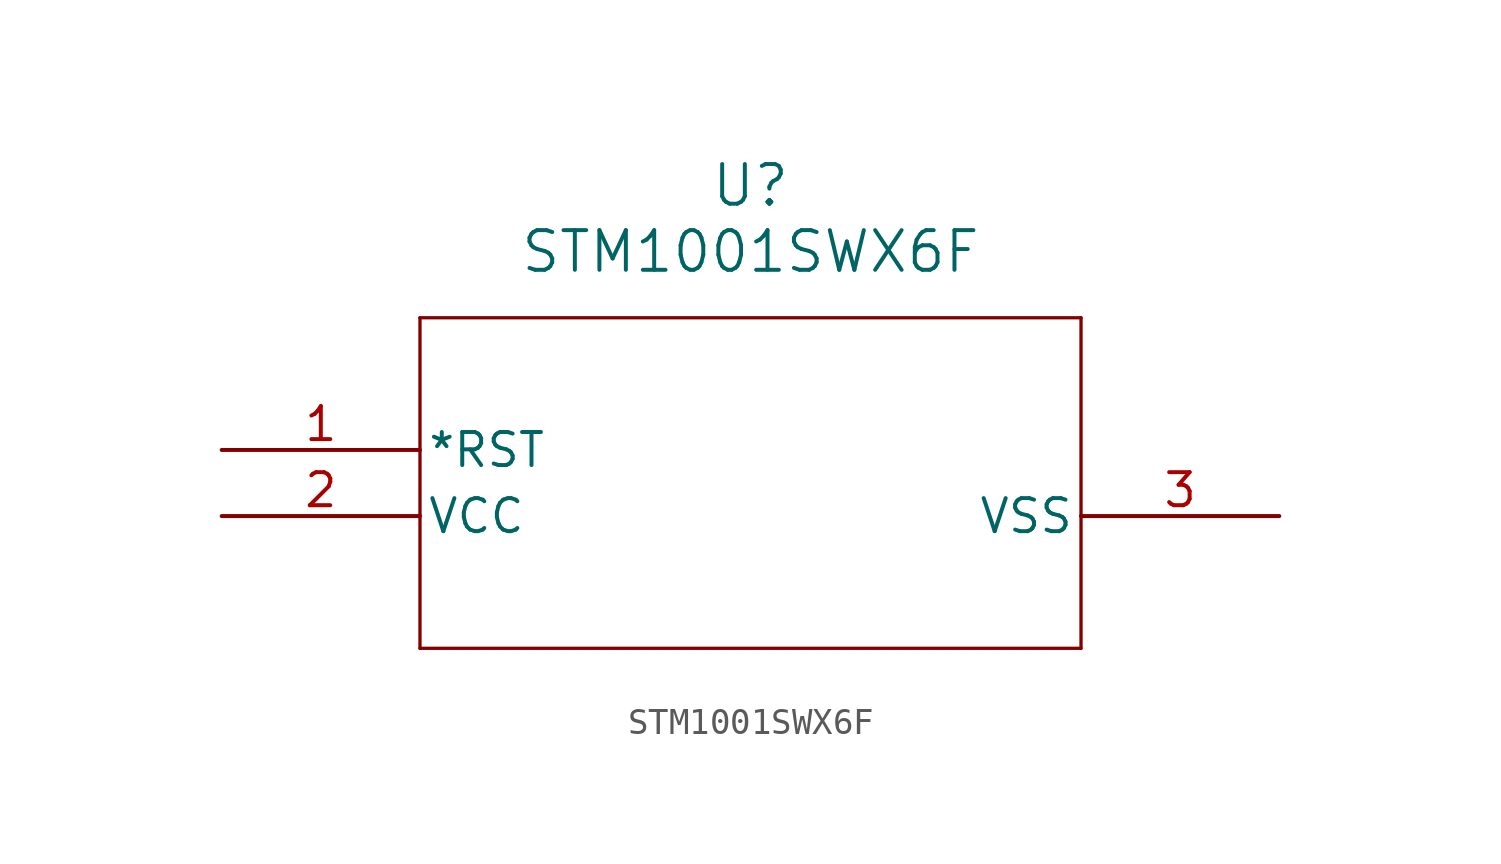
<source format=kicad_sym>
(kicad_symbol_lib
  (version 20211014)
  (generator kicad_symbol_editor)
  (symbol "STM1001SWX6F"
    (pin_names
      (offset 0.254))
    (property "Reference" "U"
      (at 20.32 10.16 0)
      (effects (font (size 1.524 1.524))))
    (property "Value" "STM1001SWX6F"
      (at 20.32 7.62 0)
      (effects (font (size 1.524 1.524))))
    (symbol "STM1001SWX6F_0_1"
      (polyline (pts (xy 7.62 5.08) (xy 7.62 -7.62)) (stroke (width 0.127) (type default) (color 0 0 0 0)) (fill (type none)))
      (polyline (pts (xy 7.62 -7.62) (xy 33.02 -7.62)) (stroke (width 0.127) (type default) (color 0 0 0 0)) (fill (type none)))
      (polyline (pts (xy 33.02 -7.62) (xy 33.02 5.08)) (stroke (width 0.127) (type default) (color 0 0 0 0)) (fill (type none)))
      (polyline (pts (xy 33.02 5.08) (xy 7.62 5.08)) (stroke (width 0.127) (type default) (color 0 0 0 0)) (fill (type none)))
      (pin unspecified line (at 0 0 0) (length 7.62) (name "*RST" (effects (font (size 1.27 1.27)))) (number "1" (effects (font (size 1.27 1.27)))))
      (pin unspecified line (at 0 -2.54 0) (length 7.62) (name "VCC" (effects (font (size 1.27 1.27)))) (number "2" (effects (font (size 1.27 1.27)))))
      (pin unspecified line (at 40.64 -2.54 180) (length 7.62) (name "VSS" (effects (font (size 1.27 1.27)))) (number "3" (effects (font (size 1.27 1.27))))))))
</source>
